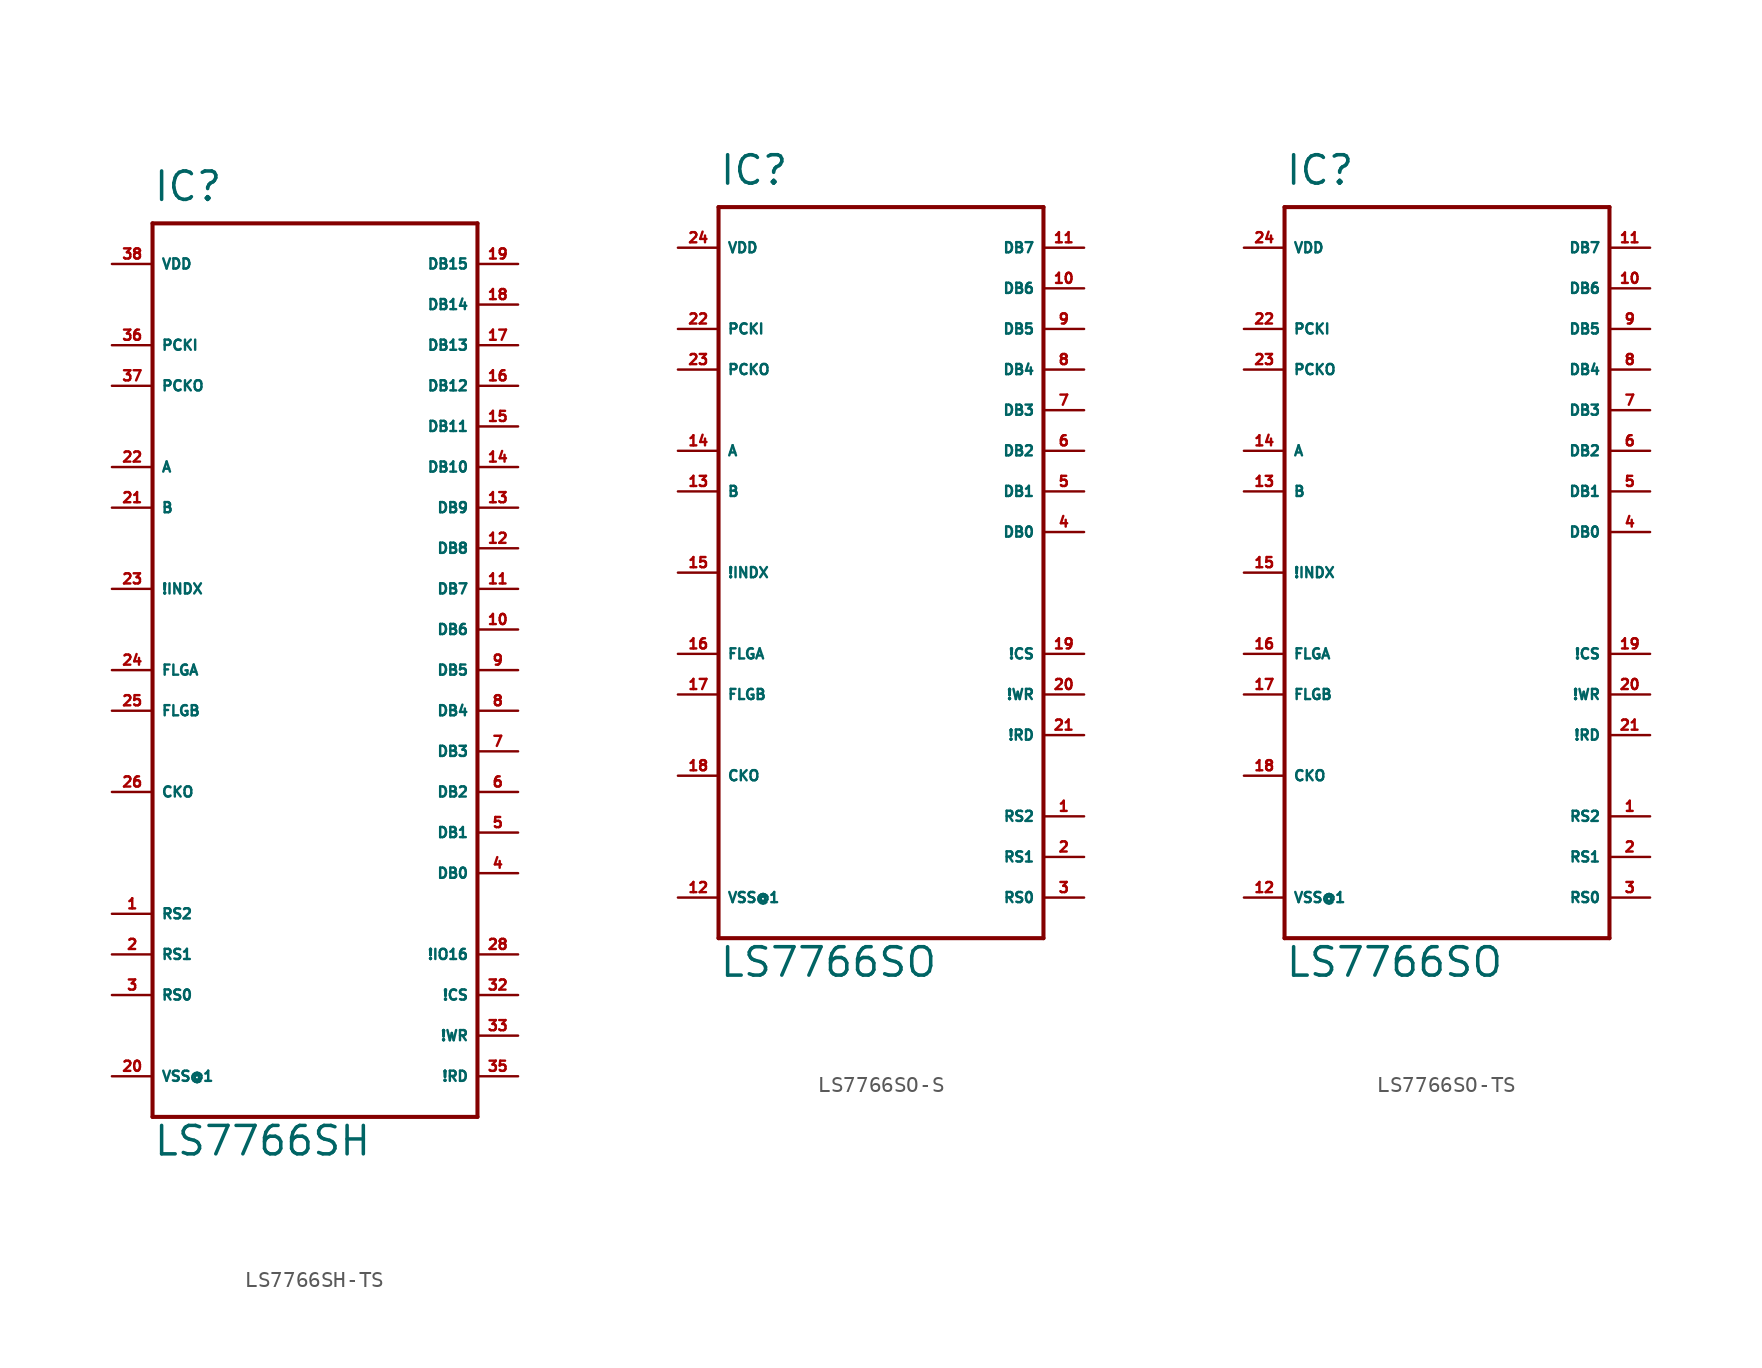
<source format=kicad_sym>
(kicad_symbol_lib
  (version 20220914)
  (generator Eagle2Kicad)
  (symbol "LS7766SH-TS"
    (property "Reference" "IC"
      (at -10.16 26.67 0)
      (effects (font (size 1.778 1.778) (thickness 0.22)) (justify left bottom)))
    (property "Value" "LS7766SH"
      (at -10.16 -33.02 0)
      (effects (font (size 1.778 1.778) (thickness 0.22)) (justify left bottom)))
    (polyline
      (pts (xy -10.16 25.4) (xy 10.16 25.4))
      (stroke (width 0.254) (type default))
      (fill (type none)))
    (polyline
      (pts (xy 10.16 25.4) (xy 10.16 -30.48))
      (stroke (width 0.254) (type default))
      (fill (type none)))
    (polyline
      (pts (xy 10.16 -30.48) (xy -10.16 -30.48))
      (stroke (width 0.254) (type default))
      (fill (type none)))
    (polyline
      (pts (xy -10.16 -30.48) (xy -10.16 25.4))
      (stroke (width 0.254) (type default))
      (fill (type none)))
    (pin tri_state line
      (at 12.7 -15.24 180)
      (length 2.54)
      (name "DB0" (effects (font (size 0.635 0.635) (thickness 0.08)) (justify left bottom)))
      (number "4" (effects (font (size 0.635 0.635) (thickness 0.08)) (justify left bottom))))
    (pin tri_state line
      (at 12.7 -12.7 180)
      (length 2.54)
      (name "DB1" (effects (font (size 0.635 0.635) (thickness 0.08)) (justify left bottom)))
      (number "5" (effects (font (size 0.635 0.635) (thickness 0.08)) (justify left bottom))))
    (pin tri_state line
      (at 12.7 -10.16 180)
      (length 2.54)
      (name "DB2" (effects (font (size 0.635 0.635) (thickness 0.08)) (justify left bottom)))
      (number "6" (effects (font (size 0.635 0.635) (thickness 0.08)) (justify left bottom))))
    (pin tri_state line
      (at 12.7 -7.62 180)
      (length 2.54)
      (name "DB3" (effects (font (size 0.635 0.635) (thickness 0.08)) (justify left bottom)))
      (number "7" (effects (font (size 0.635 0.635) (thickness 0.08)) (justify left bottom))))
    (pin tri_state line
      (at 12.7 -5.08 180)
      (length 2.54)
      (name "DB4" (effects (font (size 0.635 0.635) (thickness 0.08)) (justify left bottom)))
      (number "8" (effects (font (size 0.635 0.635) (thickness 0.08)) (justify left bottom))))
    (pin tri_state line
      (at 12.7 -2.54 180)
      (length 2.54)
      (name "DB5" (effects (font (size 0.635 0.635) (thickness 0.08)) (justify left bottom)))
      (number "9" (effects (font (size 0.635 0.635) (thickness 0.08)) (justify left bottom))))
    (pin tri_state line
      (at 12.7 0 180)
      (length 2.54)
      (name "DB6" (effects (font (size 0.635 0.635) (thickness 0.08)) (justify left bottom)))
      (number "10" (effects (font (size 0.635 0.635) (thickness 0.08)) (justify left bottom))))
    (pin tri_state line
      (at 12.7 2.54 180)
      (length 2.54)
      (name "DB7" (effects (font (size 0.635 0.635) (thickness 0.08)) (justify left bottom)))
      (number "11" (effects (font (size 0.635 0.635) (thickness 0.08)) (justify left bottom))))
    (pin tri_state line
      (at 12.7 5.08 180)
      (length 2.54)
      (name "DB8" (effects (font (size 0.635 0.635) (thickness 0.08)) (justify left bottom)))
      (number "12" (effects (font (size 0.635 0.635) (thickness 0.08)) (justify left bottom))))
    (pin tri_state line
      (at 12.7 7.62 180)
      (length 2.54)
      (name "DB9" (effects (font (size 0.635 0.635) (thickness 0.08)) (justify left bottom)))
      (number "13" (effects (font (size 0.635 0.635) (thickness 0.08)) (justify left bottom))))
    (pin tri_state line
      (at 12.7 10.16 180)
      (length 2.54)
      (name "DB10" (effects (font (size 0.635 0.635) (thickness 0.08)) (justify left bottom)))
      (number "14" (effects (font (size 0.635 0.635) (thickness 0.08)) (justify left bottom))))
    (pin tri_state line
      (at 12.7 12.7 180)
      (length 2.54)
      (name "DB11" (effects (font (size 0.635 0.635) (thickness 0.08)) (justify left bottom)))
      (number "15" (effects (font (size 0.635 0.635) (thickness 0.08)) (justify left bottom))))
    (pin tri_state line
      (at 12.7 15.24 180)
      (length 2.54)
      (name "DB12" (effects (font (size 0.635 0.635) (thickness 0.08)) (justify left bottom)))
      (number "16" (effects (font (size 0.635 0.635) (thickness 0.08)) (justify left bottom))))
    (pin tri_state line
      (at 12.7 17.78 180)
      (length 2.54)
      (name "DB13" (effects (font (size 0.635 0.635) (thickness 0.08)) (justify left bottom)))
      (number "17" (effects (font (size 0.635 0.635) (thickness 0.08)) (justify left bottom))))
    (pin tri_state line
      (at 12.7 20.32 180)
      (length 2.54)
      (name "DB14" (effects (font (size 0.635 0.635) (thickness 0.08)) (justify left bottom)))
      (number "18" (effects (font (size 0.635 0.635) (thickness 0.08)) (justify left bottom))))
    (pin tri_state line
      (at 12.7 22.86 180)
      (length 2.54)
      (name "DB15" (effects (font (size 0.635 0.635) (thickness 0.08)) (justify left bottom)))
      (number "19" (effects (font (size 0.635 0.635) (thickness 0.08)) (justify left bottom))))
    (pin input line
      (at -12.7 -22.86 0)
      (length 2.54)
      (name "RS0" (effects (font (size 0.635 0.635) (thickness 0.08)) (justify left bottom)))
      (number "3" (effects (font (size 0.635 0.635) (thickness 0.08)) (justify left bottom))))
    (pin input line
      (at -12.7 -20.32 0)
      (length 2.54)
      (name "RS1" (effects (font (size 0.635 0.635) (thickness 0.08)) (justify left bottom)))
      (number "2" (effects (font (size 0.635 0.635) (thickness 0.08)) (justify left bottom))))
    (pin input line
      (at -12.7 -17.78 0)
      (length 2.54)
      (name "RS2" (effects (font (size 0.635 0.635) (thickness 0.08)) (justify left bottom)))
      (number "1" (effects (font (size 0.635 0.635) (thickness 0.08)) (justify left bottom))))
    (pin unspecified line
      (at -12.7 22.86 0)
      (length 2.54)
      (name "VDD" (effects (font (size 0.635 0.635) (thickness 0.08)) (justify left bottom)))
      (number "38" (effects (font (size 0.635 0.635) (thickness 0.08)) (justify left bottom))))
    (pin unspecified line
      (at -12.7 -27.94 0)
      (length 2.54)
      (name "VSS@1" (effects (font (size 0.635 0.635) (thickness 0.08)) (justify left bottom)))
      (number "20" (effects (font (size 0.635 0.635) (thickness 0.08)) (justify left bottom))))
    (pin output line
      (at -12.7 15.24 0)
      (length 2.54)
      (name "PCKO" (effects (font (size 0.635 0.635) (thickness 0.08)) (justify left bottom)))
      (number "37" (effects (font (size 0.635 0.635) (thickness 0.08)) (justify left bottom))))
    (pin input line
      (at -12.7 17.78 0)
      (length 2.54)
      (name "PCKI" (effects (font (size 0.635 0.635) (thickness 0.08)) (justify left bottom)))
      (number "36" (effects (font (size 0.635 0.635) (thickness 0.08)) (justify left bottom))))
    (pin input line
      (at 12.7 -27.94 180)
      (length 2.54)
      (name "!RD" (effects (font (size 0.635 0.635) (thickness 0.08)) (justify left bottom)))
      (number "35" (effects (font (size 0.635 0.635) (thickness 0.08)) (justify left bottom))))
    (pin input line
      (at 12.7 -25.4 180)
      (length 2.54)
      (name "!WR" (effects (font (size 0.635 0.635) (thickness 0.08)) (justify left bottom)))
      (number "33" (effects (font (size 0.635 0.635) (thickness 0.08)) (justify left bottom))))
    (pin input line
      (at 12.7 -22.86 180)
      (length 2.54)
      (name "!CS" (effects (font (size 0.635 0.635) (thickness 0.08)) (justify left bottom)))
      (number "32" (effects (font (size 0.635 0.635) (thickness 0.08)) (justify left bottom))))
    (pin input line
      (at 12.7 -20.32 180)
      (length 2.54)
      (name "!IO16" (effects (font (size 0.635 0.635) (thickness 0.08)) (justify left bottom)))
      (number "28" (effects (font (size 0.635 0.635) (thickness 0.08)) (justify left bottom))))
    (pin input line
      (at -12.7 10.16 0)
      (length 2.54)
      (name "A" (effects (font (size 0.635 0.635) (thickness 0.08)) (justify left bottom)))
      (number "22" (effects (font (size 0.635 0.635) (thickness 0.08)) (justify left bottom))))
    (pin input line
      (at -12.7 2.54 0)
      (length 2.54)
      (name "!INDX" (effects (font (size 0.635 0.635) (thickness 0.08)) (justify left bottom)))
      (number "23" (effects (font (size 0.635 0.635) (thickness 0.08)) (justify left bottom))))
    (pin output line
      (at -12.7 -2.54 0)
      (length 2.54)
      (name "FLGA" (effects (font (size 0.635 0.635) (thickness 0.08)) (justify left bottom)))
      (number "24" (effects (font (size 0.635 0.635) (thickness 0.08)) (justify left bottom))))
    (pin output line
      (at -12.7 -5.08 0)
      (length 2.54)
      (name "FLGB" (effects (font (size 0.635 0.635) (thickness 0.08)) (justify left bottom)))
      (number "25" (effects (font (size 0.635 0.635) (thickness 0.08)) (justify left bottom))))
    (pin output line
      (at -12.7 -10.16 0)
      (length 2.54)
      (name "CKO" (effects (font (size 0.635 0.635) (thickness 0.08)) (justify left bottom)))
      (number "26" (effects (font (size 0.635 0.635) (thickness 0.08)) (justify left bottom))))
    (pin input line
      (at -12.7 7.62 0)
      (length 2.54)
      (name "B" (effects (font (size 0.635 0.635) (thickness 0.08)) (justify left bottom)))
      (number "21" (effects (font (size 0.635 0.635) (thickness 0.08)) (justify left bottom)))))
  (symbol "LS7766SO-S"
    (property "Reference" "IC"
      (at -10.16 21.59 0)
      (effects (font (size 1.778 1.778) (thickness 0.22)) (justify left bottom)))
    (property "Value" "LS7766SO"
      (at -10.16 -27.94 0)
      (effects (font (size 1.778 1.778) (thickness 0.22)) (justify left bottom)))
    (polyline
      (pts (xy -10.16 20.32) (xy 10.16 20.32))
      (stroke (width 0.254) (type default))
      (fill (type none)))
    (polyline
      (pts (xy 10.16 20.32) (xy 10.16 -25.4))
      (stroke (width 0.254) (type default))
      (fill (type none)))
    (polyline
      (pts (xy 10.16 -25.4) (xy -10.16 -25.4))
      (stroke (width 0.254) (type default))
      (fill (type none)))
    (polyline
      (pts (xy -10.16 -25.4) (xy -10.16 20.32))
      (stroke (width 0.254) (type default))
      (fill (type none)))
    (pin tri_state line
      (at 12.7 0 180)
      (length 2.54)
      (name "DB0" (effects (font (size 0.635 0.635) (thickness 0.08)) (justify left bottom)))
      (number "4" (effects (font (size 0.635 0.635) (thickness 0.08)) (justify left bottom))))
    (pin tri_state line
      (at 12.7 2.54 180)
      (length 2.54)
      (name "DB1" (effects (font (size 0.635 0.635) (thickness 0.08)) (justify left bottom)))
      (number "5" (effects (font (size 0.635 0.635) (thickness 0.08)) (justify left bottom))))
    (pin tri_state line
      (at 12.7 5.08 180)
      (length 2.54)
      (name "DB2" (effects (font (size 0.635 0.635) (thickness 0.08)) (justify left bottom)))
      (number "6" (effects (font (size 0.635 0.635) (thickness 0.08)) (justify left bottom))))
    (pin tri_state line
      (at 12.7 7.62 180)
      (length 2.54)
      (name "DB3" (effects (font (size 0.635 0.635) (thickness 0.08)) (justify left bottom)))
      (number "7" (effects (font (size 0.635 0.635) (thickness 0.08)) (justify left bottom))))
    (pin tri_state line
      (at 12.7 10.16 180)
      (length 2.54)
      (name "DB4" (effects (font (size 0.635 0.635) (thickness 0.08)) (justify left bottom)))
      (number "8" (effects (font (size 0.635 0.635) (thickness 0.08)) (justify left bottom))))
    (pin tri_state line
      (at 12.7 12.7 180)
      (length 2.54)
      (name "DB5" (effects (font (size 0.635 0.635) (thickness 0.08)) (justify left bottom)))
      (number "9" (effects (font (size 0.635 0.635) (thickness 0.08)) (justify left bottom))))
    (pin tri_state line
      (at 12.7 15.24 180)
      (length 2.54)
      (name "DB6" (effects (font (size 0.635 0.635) (thickness 0.08)) (justify left bottom)))
      (number "10" (effects (font (size 0.635 0.635) (thickness 0.08)) (justify left bottom))))
    (pin tri_state line
      (at 12.7 17.78 180)
      (length 2.54)
      (name "DB7" (effects (font (size 0.635 0.635) (thickness 0.08)) (justify left bottom)))
      (number "11" (effects (font (size 0.635 0.635) (thickness 0.08)) (justify left bottom))))
    (pin input line
      (at 12.7 -22.86 180)
      (length 2.54)
      (name "RS0" (effects (font (size 0.635 0.635) (thickness 0.08)) (justify left bottom)))
      (number "3" (effects (font (size 0.635 0.635) (thickness 0.08)) (justify left bottom))))
    (pin input line
      (at 12.7 -20.32 180)
      (length 2.54)
      (name "RS1" (effects (font (size 0.635 0.635) (thickness 0.08)) (justify left bottom)))
      (number "2" (effects (font (size 0.635 0.635) (thickness 0.08)) (justify left bottom))))
    (pin input line
      (at 12.7 -17.78 180)
      (length 2.54)
      (name "RS2" (effects (font (size 0.635 0.635) (thickness 0.08)) (justify left bottom)))
      (number "1" (effects (font (size 0.635 0.635) (thickness 0.08)) (justify left bottom))))
    (pin unspecified line
      (at -12.7 17.78 0)
      (length 2.54)
      (name "VDD" (effects (font (size 0.635 0.635) (thickness 0.08)) (justify left bottom)))
      (number "24" (effects (font (size 0.635 0.635) (thickness 0.08)) (justify left bottom))))
    (pin unspecified line
      (at -12.7 -22.86 0)
      (length 2.54)
      (name "VSS@1" (effects (font (size 0.635 0.635) (thickness 0.08)) (justify left bottom)))
      (number "12" (effects (font (size 0.635 0.635) (thickness 0.08)) (justify left bottom))))
    (pin output line
      (at -12.7 10.16 0)
      (length 2.54)
      (name "PCKO" (effects (font (size 0.635 0.635) (thickness 0.08)) (justify left bottom)))
      (number "23" (effects (font (size 0.635 0.635) (thickness 0.08)) (justify left bottom))))
    (pin input line
      (at -12.7 12.7 0)
      (length 2.54)
      (name "PCKI" (effects (font (size 0.635 0.635) (thickness 0.08)) (justify left bottom)))
      (number "22" (effects (font (size 0.635 0.635) (thickness 0.08)) (justify left bottom))))
    (pin input line
      (at 12.7 -12.7 180)
      (length 2.54)
      (name "!RD" (effects (font (size 0.635 0.635) (thickness 0.08)) (justify left bottom)))
      (number "21" (effects (font (size 0.635 0.635) (thickness 0.08)) (justify left bottom))))
    (pin input line
      (at 12.7 -10.16 180)
      (length 2.54)
      (name "!WR" (effects (font (size 0.635 0.635) (thickness 0.08)) (justify left bottom)))
      (number "20" (effects (font (size 0.635 0.635) (thickness 0.08)) (justify left bottom))))
    (pin input line
      (at 12.7 -7.62 180)
      (length 2.54)
      (name "!CS" (effects (font (size 0.635 0.635) (thickness 0.08)) (justify left bottom)))
      (number "19" (effects (font (size 0.635 0.635) (thickness 0.08)) (justify left bottom))))
    (pin input line
      (at -12.7 5.08 0)
      (length 2.54)
      (name "A" (effects (font (size 0.635 0.635) (thickness 0.08)) (justify left bottom)))
      (number "14" (effects (font (size 0.635 0.635) (thickness 0.08)) (justify left bottom))))
    (pin input line
      (at -12.7 -2.54 0)
      (length 2.54)
      (name "!INDX" (effects (font (size 0.635 0.635) (thickness 0.08)) (justify left bottom)))
      (number "15" (effects (font (size 0.635 0.635) (thickness 0.08)) (justify left bottom))))
    (pin output line
      (at -12.7 -7.62 0)
      (length 2.54)
      (name "FLGA" (effects (font (size 0.635 0.635) (thickness 0.08)) (justify left bottom)))
      (number "16" (effects (font (size 0.635 0.635) (thickness 0.08)) (justify left bottom))))
    (pin output line
      (at -12.7 -10.16 0)
      (length 2.54)
      (name "FLGB" (effects (font (size 0.635 0.635) (thickness 0.08)) (justify left bottom)))
      (number "17" (effects (font (size 0.635 0.635) (thickness 0.08)) (justify left bottom))))
    (pin output line
      (at -12.7 -15.24 0)
      (length 2.54)
      (name "CKO" (effects (font (size 0.635 0.635) (thickness 0.08)) (justify left bottom)))
      (number "18" (effects (font (size 0.635 0.635) (thickness 0.08)) (justify left bottom))))
    (pin input line
      (at -12.7 2.54 0)
      (length 2.54)
      (name "B" (effects (font (size 0.635 0.635) (thickness 0.08)) (justify left bottom)))
      (number "13" (effects (font (size 0.635 0.635) (thickness 0.08)) (justify left bottom)))))
  (symbol "LS7766SO-TS"
    (property "Reference" "IC"
      (at -10.16 21.59 0)
      (effects (font (size 1.778 1.778) (thickness 0.22)) (justify left bottom)))
    (property "Value" "LS7766SO"
      (at -10.16 -27.94 0)
      (effects (font (size 1.778 1.778) (thickness 0.22)) (justify left bottom)))
    (polyline
      (pts (xy -10.16 20.32) (xy 10.16 20.32))
      (stroke (width 0.254) (type default))
      (fill (type none)))
    (polyline
      (pts (xy 10.16 20.32) (xy 10.16 -25.4))
      (stroke (width 0.254) (type default))
      (fill (type none)))
    (polyline
      (pts (xy 10.16 -25.4) (xy -10.16 -25.4))
      (stroke (width 0.254) (type default))
      (fill (type none)))
    (polyline
      (pts (xy -10.16 -25.4) (xy -10.16 20.32))
      (stroke (width 0.254) (type default))
      (fill (type none)))
    (pin tri_state line
      (at 12.7 0 180)
      (length 2.54)
      (name "DB0" (effects (font (size 0.635 0.635) (thickness 0.08)) (justify left bottom)))
      (number "4" (effects (font (size 0.635 0.635) (thickness 0.08)) (justify left bottom))))
    (pin tri_state line
      (at 12.7 2.54 180)
      (length 2.54)
      (name "DB1" (effects (font (size 0.635 0.635) (thickness 0.08)) (justify left bottom)))
      (number "5" (effects (font (size 0.635 0.635) (thickness 0.08)) (justify left bottom))))
    (pin tri_state line
      (at 12.7 5.08 180)
      (length 2.54)
      (name "DB2" (effects (font (size 0.635 0.635) (thickness 0.08)) (justify left bottom)))
      (number "6" (effects (font (size 0.635 0.635) (thickness 0.08)) (justify left bottom))))
    (pin tri_state line
      (at 12.7 7.62 180)
      (length 2.54)
      (name "DB3" (effects (font (size 0.635 0.635) (thickness 0.08)) (justify left bottom)))
      (number "7" (effects (font (size 0.635 0.635) (thickness 0.08)) (justify left bottom))))
    (pin tri_state line
      (at 12.7 10.16 180)
      (length 2.54)
      (name "DB4" (effects (font (size 0.635 0.635) (thickness 0.08)) (justify left bottom)))
      (number "8" (effects (font (size 0.635 0.635) (thickness 0.08)) (justify left bottom))))
    (pin tri_state line
      (at 12.7 12.7 180)
      (length 2.54)
      (name "DB5" (effects (font (size 0.635 0.635) (thickness 0.08)) (justify left bottom)))
      (number "9" (effects (font (size 0.635 0.635) (thickness 0.08)) (justify left bottom))))
    (pin tri_state line
      (at 12.7 15.24 180)
      (length 2.54)
      (name "DB6" (effects (font (size 0.635 0.635) (thickness 0.08)) (justify left bottom)))
      (number "10" (effects (font (size 0.635 0.635) (thickness 0.08)) (justify left bottom))))
    (pin tri_state line
      (at 12.7 17.78 180)
      (length 2.54)
      (name "DB7" (effects (font (size 0.635 0.635) (thickness 0.08)) (justify left bottom)))
      (number "11" (effects (font (size 0.635 0.635) (thickness 0.08)) (justify left bottom))))
    (pin input line
      (at 12.7 -22.86 180)
      (length 2.54)
      (name "RS0" (effects (font (size 0.635 0.635) (thickness 0.08)) (justify left bottom)))
      (number "3" (effects (font (size 0.635 0.635) (thickness 0.08)) (justify left bottom))))
    (pin input line
      (at 12.7 -20.32 180)
      (length 2.54)
      (name "RS1" (effects (font (size 0.635 0.635) (thickness 0.08)) (justify left bottom)))
      (number "2" (effects (font (size 0.635 0.635) (thickness 0.08)) (justify left bottom))))
    (pin input line
      (at 12.7 -17.78 180)
      (length 2.54)
      (name "RS2" (effects (font (size 0.635 0.635) (thickness 0.08)) (justify left bottom)))
      (number "1" (effects (font (size 0.635 0.635) (thickness 0.08)) (justify left bottom))))
    (pin unspecified line
      (at -12.7 17.78 0)
      (length 2.54)
      (name "VDD" (effects (font (size 0.635 0.635) (thickness 0.08)) (justify left bottom)))
      (number "24" (effects (font (size 0.635 0.635) (thickness 0.08)) (justify left bottom))))
    (pin unspecified line
      (at -12.7 -22.86 0)
      (length 2.54)
      (name "VSS@1" (effects (font (size 0.635 0.635) (thickness 0.08)) (justify left bottom)))
      (number "12" (effects (font (size 0.635 0.635) (thickness 0.08)) (justify left bottom))))
    (pin output line
      (at -12.7 10.16 0)
      (length 2.54)
      (name "PCKO" (effects (font (size 0.635 0.635) (thickness 0.08)) (justify left bottom)))
      (number "23" (effects (font (size 0.635 0.635) (thickness 0.08)) (justify left bottom))))
    (pin input line
      (at -12.7 12.7 0)
      (length 2.54)
      (name "PCKI" (effects (font (size 0.635 0.635) (thickness 0.08)) (justify left bottom)))
      (number "22" (effects (font (size 0.635 0.635) (thickness 0.08)) (justify left bottom))))
    (pin input line
      (at 12.7 -12.7 180)
      (length 2.54)
      (name "!RD" (effects (font (size 0.635 0.635) (thickness 0.08)) (justify left bottom)))
      (number "21" (effects (font (size 0.635 0.635) (thickness 0.08)) (justify left bottom))))
    (pin input line
      (at 12.7 -10.16 180)
      (length 2.54)
      (name "!WR" (effects (font (size 0.635 0.635) (thickness 0.08)) (justify left bottom)))
      (number "20" (effects (font (size 0.635 0.635) (thickness 0.08)) (justify left bottom))))
    (pin input line
      (at 12.7 -7.62 180)
      (length 2.54)
      (name "!CS" (effects (font (size 0.635 0.635) (thickness 0.08)) (justify left bottom)))
      (number "19" (effects (font (size 0.635 0.635) (thickness 0.08)) (justify left bottom))))
    (pin input line
      (at -12.7 5.08 0)
      (length 2.54)
      (name "A" (effects (font (size 0.635 0.635) (thickness 0.08)) (justify left bottom)))
      (number "14" (effects (font (size 0.635 0.635) (thickness 0.08)) (justify left bottom))))
    (pin input line
      (at -12.7 -2.54 0)
      (length 2.54)
      (name "!INDX" (effects (font (size 0.635 0.635) (thickness 0.08)) (justify left bottom)))
      (number "15" (effects (font (size 0.635 0.635) (thickness 0.08)) (justify left bottom))))
    (pin output line
      (at -12.7 -7.62 0)
      (length 2.54)
      (name "FLGA" (effects (font (size 0.635 0.635) (thickness 0.08)) (justify left bottom)))
      (number "16" (effects (font (size 0.635 0.635) (thickness 0.08)) (justify left bottom))))
    (pin output line
      (at -12.7 -10.16 0)
      (length 2.54)
      (name "FLGB" (effects (font (size 0.635 0.635) (thickness 0.08)) (justify left bottom)))
      (number "17" (effects (font (size 0.635 0.635) (thickness 0.08)) (justify left bottom))))
    (pin output line
      (at -12.7 -15.24 0)
      (length 2.54)
      (name "CKO" (effects (font (size 0.635 0.635) (thickness 0.08)) (justify left bottom)))
      (number "18" (effects (font (size 0.635 0.635) (thickness 0.08)) (justify left bottom))))
    (pin input line
      (at -12.7 2.54 0)
      (length 2.54)
      (name "B" (effects (font (size 0.635 0.635) (thickness 0.08)) (justify left bottom)))
      (number "13" (effects (font (size 0.635 0.635) (thickness 0.08)) (justify left bottom))))))
</source>
